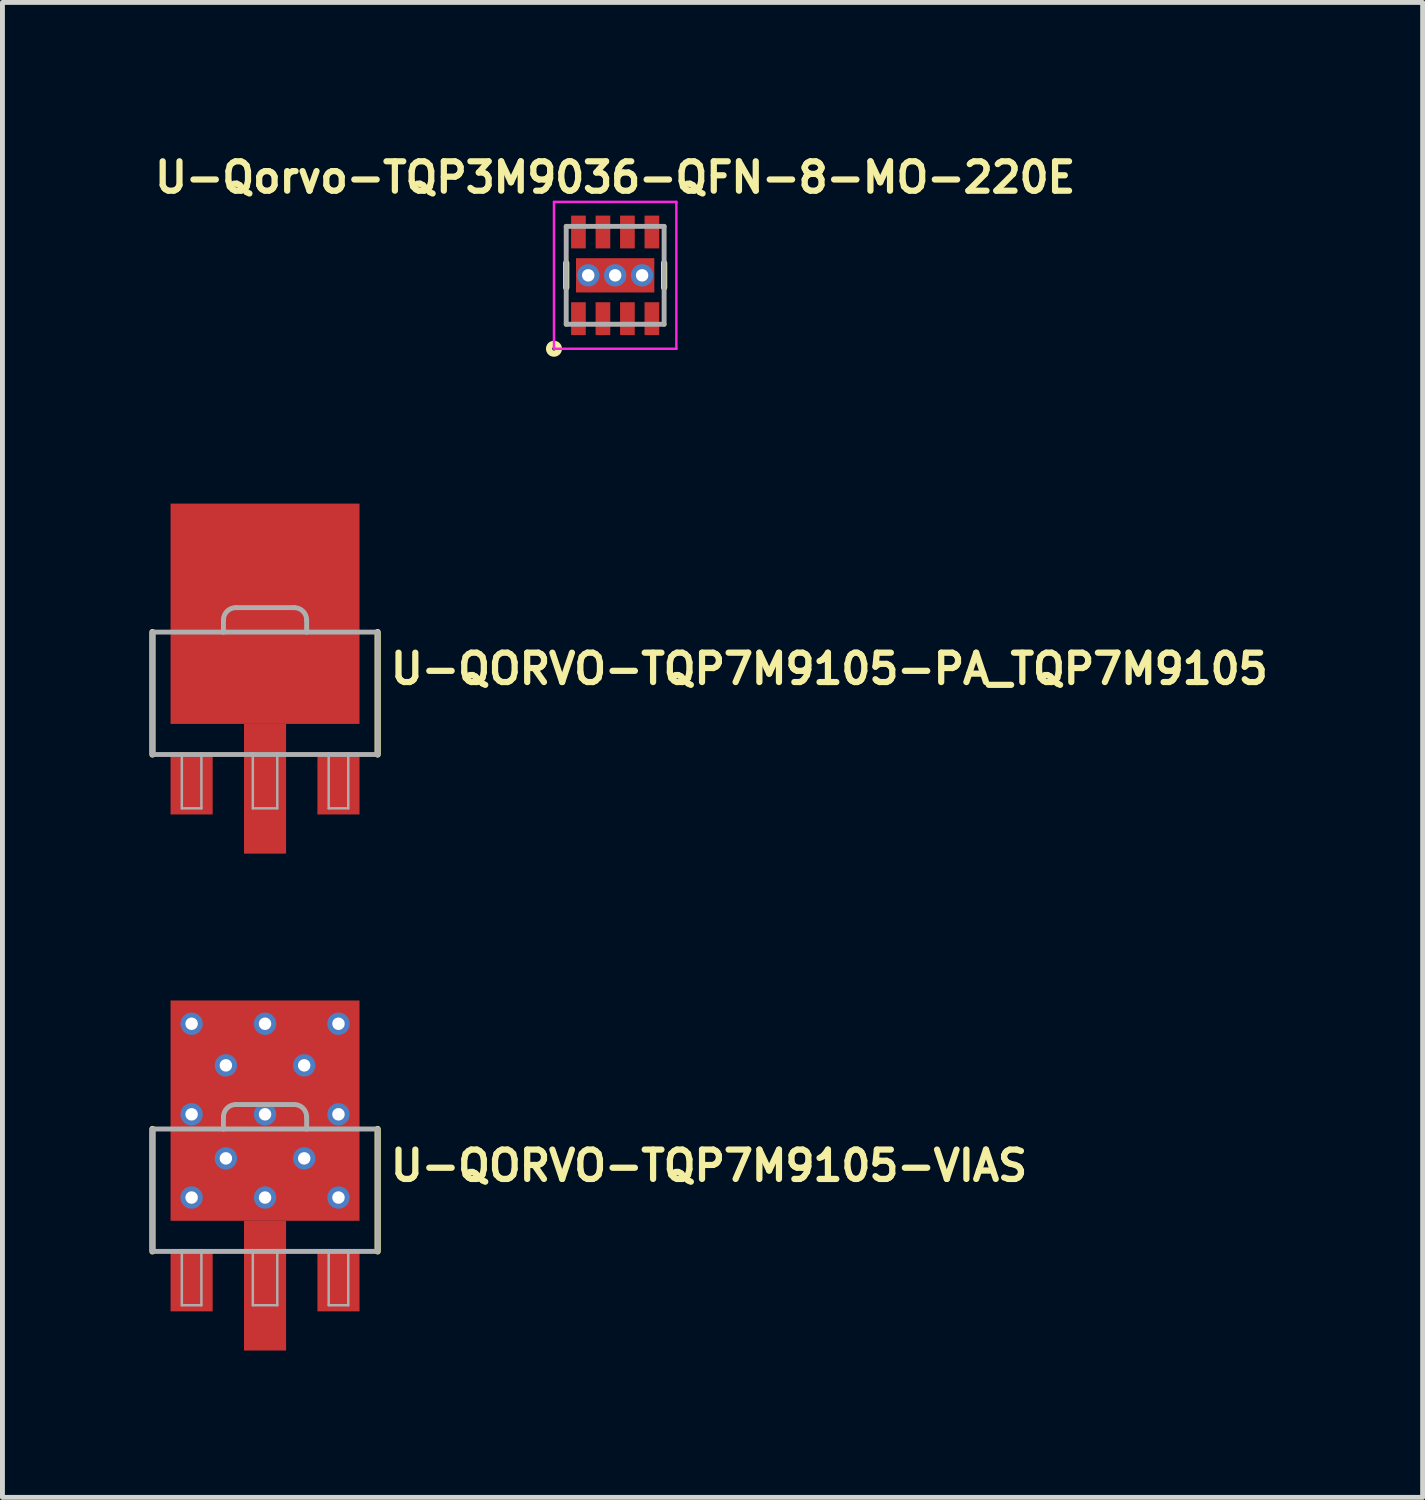
<source format=kicad_pcb>
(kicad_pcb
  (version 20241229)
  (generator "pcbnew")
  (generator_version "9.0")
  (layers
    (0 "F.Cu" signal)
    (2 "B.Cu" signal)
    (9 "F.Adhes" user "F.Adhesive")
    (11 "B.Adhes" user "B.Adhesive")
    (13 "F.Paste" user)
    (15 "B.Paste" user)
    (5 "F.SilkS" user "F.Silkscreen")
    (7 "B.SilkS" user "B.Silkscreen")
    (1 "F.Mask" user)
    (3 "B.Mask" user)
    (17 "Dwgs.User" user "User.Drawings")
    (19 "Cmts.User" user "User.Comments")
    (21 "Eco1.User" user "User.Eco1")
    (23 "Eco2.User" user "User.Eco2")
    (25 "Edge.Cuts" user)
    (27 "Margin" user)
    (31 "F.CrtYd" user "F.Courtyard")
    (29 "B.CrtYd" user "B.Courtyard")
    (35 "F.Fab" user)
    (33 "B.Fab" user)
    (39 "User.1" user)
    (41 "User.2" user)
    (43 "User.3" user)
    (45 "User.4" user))
  (footprint "U-QORVO-TQP7M9105-VIAS"
    (layer "F.Cu")
    (at 2.364 23.212)
    (property "Reference" "U-QORVO-TQP7M9105-VIAS" (at 2.5 -2.1 0) (layer "F.SilkS") (effects (font (size 0.6 0.6) (thickness 0.127) (bold yes)) (justify left bottom)))
    (fp_poly (pts (xy -1.1 -3.3) (xy 1.1 -3.3) (xy 1.1 -3.8) (xy -1.1 -3.8)) (stroke (width 0) (type default)) (fill yes) (layer "F.Mask"))
    (fp_line (start -2.3 -3.2) (end -2.3 -0.7) (stroke (width 0.127) (type default)) (layer "F.SilkS"))
    (fp_line (start 2.3 -3.2) (end 2.3 -0.7) (stroke (width 0.127) (type default)) (layer "F.SilkS"))
    (fp_poly (pts (xy -0.8 -1.35) (xy 0.8 -1.35) (xy 0.8 -3.75) (xy -0.8 -3.75)) (stroke (width 0) (type default)) (fill yes) (layer "F.Paste"))
    (fp_poly (pts (xy -0.43 0.52) (xy 0.43 0.52) (xy 0.43 -1.37) (xy -0.43 -1.37)) (stroke (width 0) (type default)) (fill yes) (layer "F.Paste"))
    (fp_line (start -2.3 -3.2) (end -2.3 -0.7) (stroke (width 0.1) (type solid)) (layer "F.Fab"))
    (fp_line (start -2.3 -0.7) (end -1.7 -0.7) (stroke (width 0.1) (type solid)) (layer "F.Fab"))
    (fp_line (start -1.7 -0.7) (end -1.7 0.4) (stroke (width 0.05) (type solid)) (layer "F.Fab"))
    (fp_line (start -1.7 -0.7) (end -1.3 -0.7) (stroke (width 0.1) (type solid)) (layer "F.Fab"))
    (fp_line (start -1.7 0.4) (end -1.3 0.4) (stroke (width 0.05) (type solid)) (layer "F.Fab"))
    (fp_line (start -1.3 -0.7) (end -0.25 -0.7) (stroke (width 0.1) (type solid)) (layer "F.Fab"))
    (fp_line (start -1.3 0.4) (end -1.3 -0.7) (stroke (width 0.05) (type solid)) (layer "F.Fab"))
    (fp_line (start -0.85 -3.2) (end -2.3 -3.2) (stroke (width 0.1) (type solid)) (layer "F.Fab"))
    (fp_line (start -0.85 -3.2) (end -0.85 -3.446) (stroke (width 0.1) (type solid)) (layer "F.Fab"))
    (fp_line (start -0.596 -3.7) (end 0.596 -3.7) (stroke (width 0.1) (type solid)) (layer "F.Fab"))
    (fp_line (start -0.25 -0.7) (end -0.25 0.4) (stroke (width 0.05) (type solid)) (layer "F.Fab"))
    (fp_line (start -0.25 -0.7) (end 0.25 -0.7) (stroke (width 0.1) (type solid)) (layer "F.Fab"))
    (fp_line (start -0.25 0.4) (end 0.25 0.4) (stroke (width 0.05) (type solid)) (layer "F.Fab"))
    (fp_line (start 0.25 -0.7) (end 1.3 -0.7) (stroke (width 0.1) (type solid)) (layer "F.Fab"))
    (fp_line (start 0.25 0.4) (end 0.25 -0.7) (stroke (width 0.05) (type solid)) (layer "F.Fab"))
    (fp_line (start 0.85 -3.446) (end 0.85 -3.2) (stroke (width 0.1) (type solid)) (layer "F.Fab"))
    (fp_line (start 0.85 -3.2) (end -0.85 -3.2) (stroke (width 0.1) (type solid)) (layer "F.Fab"))
    (fp_line (start 1.3 -0.7) (end 1.3 0.4) (stroke (width 0.05) (type solid)) (layer "F.Fab"))
    (fp_line (start 1.3 -0.7) (end 1.7 -0.7) (stroke (width 0.1) (type solid)) (layer "F.Fab"))
    (fp_line (start 1.3 0.4) (end 1.7 0.4) (stroke (width 0.05) (type solid)) (layer "F.Fab"))
    (fp_line (start 1.7 -0.7) (end 2.3 -0.7) (stroke (width 0.1) (type solid)) (layer "F.Fab"))
    (fp_line (start 1.7 0.4) (end 1.7 -0.7) (stroke (width 0.05) (type solid)) (layer "F.Fab"))
    (fp_line (start 2.3 -3.2) (end 0.85 -3.2) (stroke (width 0.1) (type solid)) (layer "F.Fab"))
    (fp_line (start 2.3 -0.7) (end 2.3 -3.2) (stroke (width 0.1) (type solid)) (layer "F.Fab"))
    (fp_arc (start -0.85 -3.446) (mid -0.775605 -3.625605) (end -0.596 -3.7) (stroke (width 0.1) (type solid)) (layer "F.Fab"))
    (fp_arc (start 0.596 -3.7) (mid 0.775605 -3.625605) (end 0.85 -3.446) (stroke (width 0.1) (type solid)) (layer "F.Fab"))
    (pad "1" smd rect (at -1.5 -0.11) (size 0.86 1.27) (layers "F.Cu" "F.Mask" "F.Paste"))
    (pad "2" smd rect (at 0 0) (size 0.86 2.65) (layers "F.Cu" "F.Mask" "F.Paste"))
    (pad "3" smd rect (at 1.5 -0.11) (size 0.86 1.27) (layers "F.Cu" "F.Mask" "F.Paste"))
    (pad "EP" thru_hole circle (at -1.5 -5.35) (size 0.457 0.457) (drill 0.254) (layers "*.Cu" "*.Mask"))
    (pad "EP" thru_hole circle (at -1.5 -3.5) (size 0.457 0.457) (drill 0.254) (layers "*.Cu" "*.Mask"))
    (pad "EP" thru_hole circle (at -1.5 -1.8) (size 0.457 0.457) (drill 0.254) (layers "*.Cu" "*.Mask"))
    (pad "EP" thru_hole circle (at -0.8 -4.5) (size 0.457 0.457) (drill 0.254) (layers "*.Cu" "*.Mask"))
    (pad "EP" thru_hole circle (at -0.8 -2.6) (size 0.457 0.457) (drill 0.254) (layers "*.Cu" "*.Mask"))
    (pad "EP" thru_hole circle (at 0 -5.35) (size 0.457 0.457) (drill 0.254) (layers "*.Cu" "*.Mask"))
    (pad "EP" smd rect (at 0 -3.575) (size 3.86 4.5) (layers "F.Cu" "F.Mask"))
    (pad "EP" thru_hole circle (at 0 -3.5) (size 0.457 0.457) (drill 0.254) (layers "*.Cu" "*.Mask"))
    (pad "EP" thru_hole circle (at 0 -1.8) (size 0.457 0.457) (drill 0.254) (layers "*.Cu" "*.Mask"))
    (pad "EP" thru_hole circle (at 0.8 -4.5) (size 0.457 0.457) (drill 0.254) (layers "*.Cu" "*.Mask"))
    (pad "EP" thru_hole circle (at 0.8 -2.6) (size 0.457 0.457) (drill 0.254) (layers "*.Cu" "*.Mask"))
    (pad "EP" thru_hole circle (at 1.5 -5.35) (size 0.457 0.457) (drill 0.254) (layers "*.Cu" "*.Mask"))
    (pad "EP" thru_hole circle (at 1.5 -3.5) (size 0.457 0.457) (drill 0.254) (layers "*.Cu" "*.Mask"))
    (pad "EP" thru_hole circle (at 1.5 -1.8) (size 0.457 0.457) (drill 0.254) (layers "*.Cu" "*.Mask")))
  (footprint "U-QORVO-TQP7M9105-PA_TQP7M9105"
    (layer "F.Cu")
    (at 2.364 13.062)
    (property "Reference" "U-QORVO-TQP7M9105-PA_TQP7M9105" (at 2.5 -2.1 0) (layer "F.SilkS") (effects (font (size 0.6 0.6) (thickness 0.127) (bold yes)) (justify left bottom)))
    (fp_poly (pts (xy -1.1 -3.3) (xy 1.1 -3.3) (xy 1.1 -3.8) (xy -1.1 -3.8)) (stroke (width 0) (type default)) (fill yes) (layer "F.Mask"))
    (fp_line (start -2.3 -3.2) (end -2.3 -0.7) (stroke (width 0.127) (type default)) (layer "F.SilkS"))
    (fp_line (start 2.3 -3.2) (end 2.3 -0.7) (stroke (width 0.127) (type default)) (layer "F.SilkS"))
    (fp_poly (pts (xy -0.8 -1.35) (xy 0.8 -1.35) (xy 0.8 -3.75) (xy -0.8 -3.75)) (stroke (width 0) (type default)) (fill yes) (layer "F.Paste"))
    (fp_poly (pts (xy -0.43 0.52) (xy 0.43 0.52) (xy 0.43 -1.37) (xy -0.43 -1.37)) (stroke (width 0) (type default)) (fill yes) (layer "F.Paste"))
    (fp_line (start -2.3 -3.2) (end -2.3 -0.7) (stroke (width 0.1) (type solid)) (layer "F.Fab"))
    (fp_line (start -2.3 -0.7) (end -1.7 -0.7) (stroke (width 0.1) (type solid)) (layer "F.Fab"))
    (fp_line (start -1.7 -0.7) (end -1.7 0.4) (stroke (width 0.05) (type solid)) (layer "F.Fab"))
    (fp_line (start -1.7 -0.7) (end -1.3 -0.7) (stroke (width 0.1) (type solid)) (layer "F.Fab"))
    (fp_line (start -1.7 0.4) (end -1.3 0.4) (stroke (width 0.05) (type solid)) (layer "F.Fab"))
    (fp_line (start -1.3 -0.7) (end -0.25 -0.7) (stroke (width 0.1) (type solid)) (layer "F.Fab"))
    (fp_line (start -1.3 0.4) (end -1.3 -0.7) (stroke (width 0.05) (type solid)) (layer "F.Fab"))
    (fp_line (start -0.85 -3.2) (end -2.3 -3.2) (stroke (width 0.1) (type solid)) (layer "F.Fab"))
    (fp_line (start -0.85 -3.2) (end -0.85 -3.446) (stroke (width 0.1) (type solid)) (layer "F.Fab"))
    (fp_line (start -0.596 -3.7) (end 0.596 -3.7) (stroke (width 0.1) (type solid)) (layer "F.Fab"))
    (fp_line (start -0.25 -0.7) (end -0.25 0.4) (stroke (width 0.05) (type solid)) (layer "F.Fab"))
    (fp_line (start -0.25 -0.7) (end 0.25 -0.7) (stroke (width 0.1) (type solid)) (layer "F.Fab"))
    (fp_line (start -0.25 0.4) (end 0.25 0.4) (stroke (width 0.05) (type solid)) (layer "F.Fab"))
    (fp_line (start 0.25 -0.7) (end 1.3 -0.7) (stroke (width 0.1) (type solid)) (layer "F.Fab"))
    (fp_line (start 0.25 0.4) (end 0.25 -0.7) (stroke (width 0.05) (type solid)) (layer "F.Fab"))
    (fp_line (start 0.85 -3.446) (end 0.85 -3.2) (stroke (width 0.1) (type solid)) (layer "F.Fab"))
    (fp_line (start 0.85 -3.2) (end -0.85 -3.2) (stroke (width 0.1) (type solid)) (layer "F.Fab"))
    (fp_line (start 1.3 -0.7) (end 1.3 0.4) (stroke (width 0.05) (type solid)) (layer "F.Fab"))
    (fp_line (start 1.3 -0.7) (end 1.7 -0.7) (stroke (width 0.1) (type solid)) (layer "F.Fab"))
    (fp_line (start 1.3 0.4) (end 1.7 0.4) (stroke (width 0.05) (type solid)) (layer "F.Fab"))
    (fp_line (start 1.7 -0.7) (end 2.3 -0.7) (stroke (width 0.1) (type solid)) (layer "F.Fab"))
    (fp_line (start 1.7 0.4) (end 1.7 -0.7) (stroke (width 0.05) (type solid)) (layer "F.Fab"))
    (fp_line (start 2.3 -3.2) (end 0.85 -3.2) (stroke (width 0.1) (type solid)) (layer "F.Fab"))
    (fp_line (start 2.3 -0.7) (end 2.3 -3.2) (stroke (width 0.1) (type solid)) (layer "F.Fab"))
    (fp_arc (start -0.85 -3.446) (mid -0.775605 -3.625605) (end -0.596 -3.7) (stroke (width 0.1) (type solid)) (layer "F.Fab"))
    (fp_arc (start 0.596 -3.7) (mid 0.775605 -3.625605) (end 0.85 -3.446) (stroke (width 0.1) (type solid)) (layer "F.Fab"))
    (pad "1" smd rect (at -1.5 -0.11) (size 0.86 1.27) (layers "F.Cu" "F.Mask" "F.Paste"))
    (pad "2" smd rect (at 0 0) (size 0.86 2.65) (layers "F.Cu" "F.Mask" "F.Paste"))
    (pad "3" smd rect (at 1.5 -0.11) (size 0.86 1.27) (layers "F.Cu" "F.Mask" "F.Paste"))
    (pad "EP" smd rect (at 0 -3.575) (size 3.86 4.5) (layers "F.Cu" "F.Mask")))
  (footprint "U-Qorvo-TQP3M9036-QFN-8-MO-220E"
    (layer "F.Cu")
    (at 9.516 2.574)
    (property "Reference" "U-Qorvo-TQP3M9036-QFN-8-MO-220E" (at 0 -2 0) (unlocked yes) (layer "F.SilkS") (effects (font (size 0.6 0.6) (thickness 0.127) (bold yes))))
    (attr smd)
    (fp_line (start -1 -0.25) (end -1 0.25) (stroke (width 0.127) (type default)) (layer "F.SilkS"))
    (fp_line (start 1 -0.25) (end 1 0.25) (stroke (width 0.127) (type default)) (layer "F.SilkS"))
    (fp_circle (center -1.25 1.5) (end -1.15 1.5) (stroke (width 0.127) (type default)) (fill no) (layer "F.SilkS"))
    (fp_line (start -1.25 -1.5) (end 1.25 -1.5) (stroke (width 0.05) (type default)) (layer "F.CrtYd"))
    (fp_line (start -1.25 1.5) (end -1.25 -1.5) (stroke (width 0.05) (type default)) (layer "F.CrtYd"))
    (fp_line (start 1.25 -1.5) (end 1.25 1.5) (stroke (width 0.05) (type default)) (layer "F.CrtYd"))
    (fp_line (start 1.25 1.5) (end -1.25 1.5) (stroke (width 0.05) (type default)) (layer "F.CrtYd"))
    (fp_line (start -1 -1) (end 1 -1) (stroke (width 0.1) (type default)) (layer "F.Fab"))
    (fp_line (start -1 1) (end -1 -1) (stroke (width 0.1) (type default)) (layer "F.Fab"))
    (fp_line (start 1 -1) (end 1 1) (stroke (width 0.1) (type default)) (layer "F.Fab"))
    (fp_line (start 1 1) (end -1 1) (stroke (width 0.1) (type default)) (layer "F.Fab"))
    (pad "1" smd rect (at -0.75 0.885) (size 0.3 0.67) (layers "F.Cu" "F.Mask" "F.Paste"))
    (pad "2" smd rect (at -0.25 0.885) (size 0.3 0.67) (layers "F.Cu" "F.Mask" "F.Paste"))
    (pad "3" smd rect (at 0.25 0.885) (size 0.3 0.67) (layers "F.Cu" "F.Mask" "F.Paste"))
    (pad "4" smd rect (at 0.75 0.885) (size 0.3 0.67) (layers "F.Cu" "F.Mask" "F.Paste"))
    (pad "5" smd rect (at 0.75 -0.885) (size 0.3 0.67) (layers "F.Cu" "F.Mask" "F.Paste"))
    (pad "6" smd rect (at 0.25 -0.885) (size 0.3 0.67) (layers "F.Cu" "F.Mask" "F.Paste"))
    (pad "7" smd rect (at -0.25 -0.885) (size 0.3 0.67) (layers "F.Cu" "F.Mask" "F.Paste"))
    (pad "8" smd rect (at -0.75 -0.885) (size 0.3 0.67) (layers "F.Cu" "F.Mask" "F.Paste"))
    (pad "EP" thru_hole circle (at -0.55 0) (size 0.457 0.457) (drill 0.254) (layers "*.Cu" "*.Mask"))
    (pad "EP" thru_hole circle (at 0 0) (size 0.457 0.457) (drill 0.254) (layers "*.Cu" "*.Mask"))
    (pad "EP" smd rect (at 0 0) (size 1.6 0.7) (layers "F.Cu" "F.Mask" "F.Paste"))
    (pad "EP" thru_hole circle (at 0.55 0) (size 0.457 0.457) (drill 0.254) (layers "*.Cu" "*.Mask")))
  (gr_rect
    (start -3 -3)
    (end 26.01 27.537)
    (stroke (width 0.1) (type default))
    (fill no)
    (layer "Edge.Cuts")))
</source>
